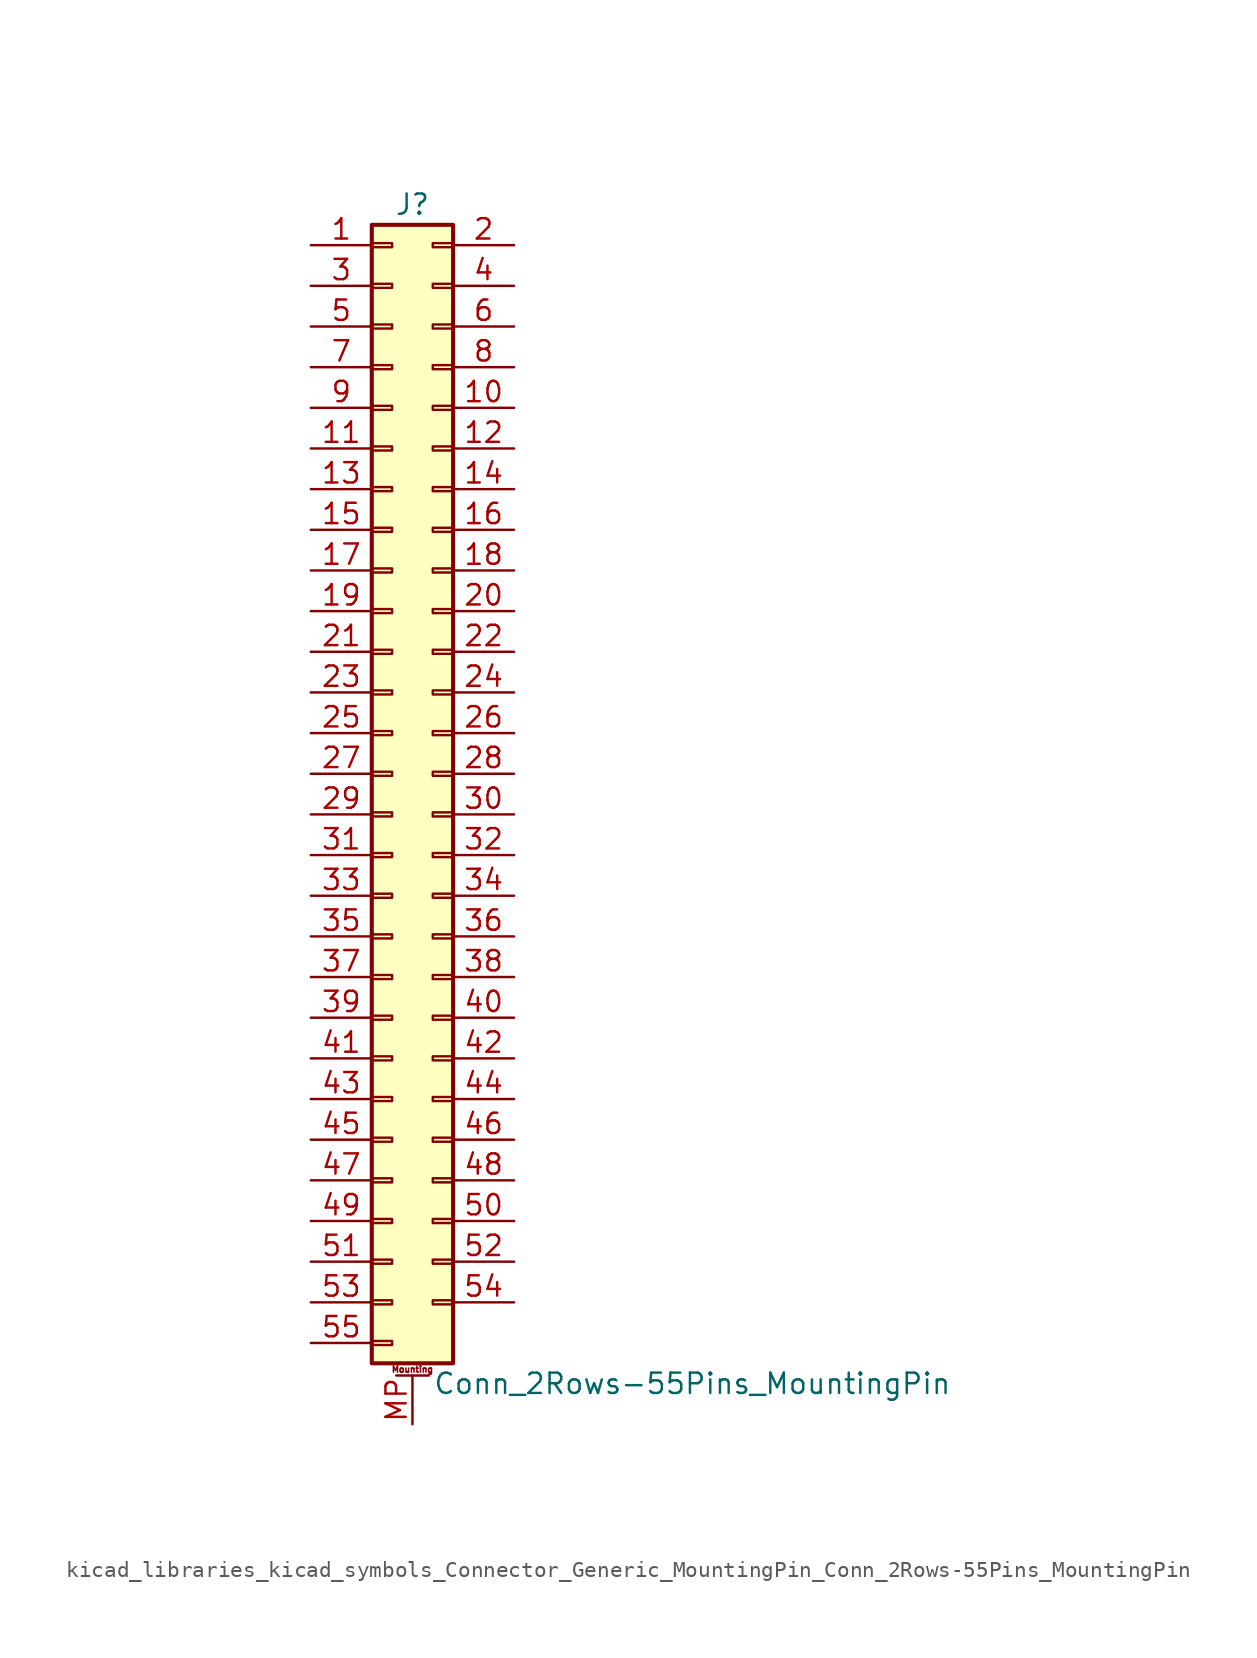
<source format=kicad_sym>
(kicad_symbol_lib
  (version 20220914)
  (generator kicad_symbol_editor)
  (symbol "kicad_libraries_kicad_symbols_Connector_Generic_MountingPin_Conn_2Rows-55Pins_MountingPin"
    (pin_names
      (offset 1.016) hide)
    (property "Reference" "J"
      (at 1.27 35.56 0)
      (effects (font (size 1.27 1.27))))
    (property "Value" "Conn_2Rows-55Pins_MountingPin"
      (at 2.54 -38.1 0)
      (effects (font (size 1.27 1.27)) (justify left)))
    (symbol "kicad_libraries_kicad_symbols_Connector_Generic_MountingPin_Conn_2Rows-55Pins_MountingPin_1_1"
      (rectangle (start -1.27 -35.433) (end 0 -35.687) (stroke (width 0.152) (type default)) (fill (type none)))
      (rectangle (start -1.27 -32.893) (end 0 -33.147) (stroke (width 0.152) (type default)) (fill (type none)))
      (rectangle (start -1.27 -30.353) (end 0 -30.607) (stroke (width 0.152) (type default)) (fill (type none)))
      (rectangle (start -1.27 -27.813) (end 0 -28.067) (stroke (width 0.152) (type default)) (fill (type none)))
      (rectangle (start -1.27 -25.273) (end 0 -25.527) (stroke (width 0.152) (type default)) (fill (type none)))
      (rectangle (start -1.27 -22.733) (end 0 -22.987) (stroke (width 0.152) (type default)) (fill (type none)))
      (rectangle (start -1.27 -20.193) (end 0 -20.447) (stroke (width 0.152) (type default)) (fill (type none)))
      (rectangle (start -1.27 -17.653) (end 0 -17.907) (stroke (width 0.152) (type default)) (fill (type none)))
      (rectangle (start -1.27 -15.113) (end 0 -15.367) (stroke (width 0.152) (type default)) (fill (type none)))
      (rectangle (start -1.27 -12.573) (end 0 -12.827) (stroke (width 0.152) (type default)) (fill (type none)))
      (rectangle (start -1.27 -10.033) (end 0 -10.287) (stroke (width 0.152) (type default)) (fill (type none)))
      (rectangle (start -1.27 -7.493) (end 0 -7.747) (stroke (width 0.152) (type default)) (fill (type none)))
      (rectangle (start -1.27 -4.953) (end 0 -5.207) (stroke (width 0.152) (type default)) (fill (type none)))
      (rectangle (start -1.27 -2.413) (end 0 -2.667) (stroke (width 0.152) (type default)) (fill (type none)))
      (rectangle (start -1.27 0.127) (end 0 -0.127) (stroke (width 0.152) (type default)) (fill (type none)))
      (rectangle (start -1.27 2.667) (end 0 2.413) (stroke (width 0.152) (type default)) (fill (type none)))
      (rectangle (start -1.27 5.207) (end 0 4.953) (stroke (width 0.152) (type default)) (fill (type none)))
      (rectangle (start -1.27 7.747) (end 0 7.493) (stroke (width 0.152) (type default)) (fill (type none)))
      (rectangle (start -1.27 10.287) (end 0 10.033) (stroke (width 0.152) (type default)) (fill (type none)))
      (rectangle (start -1.27 12.827) (end 0 12.573) (stroke (width 0.152) (type default)) (fill (type none)))
      (rectangle (start -1.27 15.367) (end 0 15.113) (stroke (width 0.152) (type default)) (fill (type none)))
      (rectangle (start -1.27 17.907) (end 0 17.653) (stroke (width 0.152) (type default)) (fill (type none)))
      (rectangle (start -1.27 20.447) (end 0 20.193) (stroke (width 0.152) (type default)) (fill (type none)))
      (rectangle (start -1.27 22.987) (end 0 22.733) (stroke (width 0.152) (type default)) (fill (type none)))
      (rectangle (start -1.27 25.527) (end 0 25.273) (stroke (width 0.152) (type default)) (fill (type none)))
      (rectangle (start -1.27 28.067) (end 0 27.813) (stroke (width 0.152) (type default)) (fill (type none)))
      (rectangle (start -1.27 30.607) (end 0 30.353) (stroke (width 0.152) (type default)) (fill (type none)))
      (rectangle (start -1.27 33.147) (end 0 32.893) (stroke (width 0.152) (type default)) (fill (type none)))
      (rectangle (start -1.27 34.29) (end 3.81 -36.83) (stroke (width 0.254) (type default)) (fill (type background)))
      (polyline (pts (xy 0.254 -37.592) (xy 2.286 -37.592)) (stroke (width 0.152) (type default)) (fill (type none)))
      (rectangle (start 3.81 -32.893) (end 2.54 -33.147) (stroke (width 0.152) (type default)) (fill (type none)))
      (rectangle (start 3.81 -30.353) (end 2.54 -30.607) (stroke (width 0.152) (type default)) (fill (type none)))
      (rectangle (start 3.81 -27.813) (end 2.54 -28.067) (stroke (width 0.152) (type default)) (fill (type none)))
      (rectangle (start 3.81 -25.273) (end 2.54 -25.527) (stroke (width 0.152) (type default)) (fill (type none)))
      (rectangle (start 3.81 -22.733) (end 2.54 -22.987) (stroke (width 0.152) (type default)) (fill (type none)))
      (rectangle (start 3.81 -20.193) (end 2.54 -20.447) (stroke (width 0.152) (type default)) (fill (type none)))
      (rectangle (start 3.81 -17.653) (end 2.54 -17.907) (stroke (width 0.152) (type default)) (fill (type none)))
      (rectangle (start 3.81 -15.113) (end 2.54 -15.367) (stroke (width 0.152) (type default)) (fill (type none)))
      (rectangle (start 3.81 -12.573) (end 2.54 -12.827) (stroke (width 0.152) (type default)) (fill (type none)))
      (rectangle (start 3.81 -10.033) (end 2.54 -10.287) (stroke (width 0.152) (type default)) (fill (type none)))
      (rectangle (start 3.81 -7.493) (end 2.54 -7.747) (stroke (width 0.152) (type default)) (fill (type none)))
      (rectangle (start 3.81 -4.953) (end 2.54 -5.207) (stroke (width 0.152) (type default)) (fill (type none)))
      (rectangle (start 3.81 -2.413) (end 2.54 -2.667) (stroke (width 0.152) (type default)) (fill (type none)))
      (rectangle (start 3.81 0.127) (end 2.54 -0.127) (stroke (width 0.152) (type default)) (fill (type none)))
      (rectangle (start 3.81 2.667) (end 2.54 2.413) (stroke (width 0.152) (type default)) (fill (type none)))
      (rectangle (start 3.81 5.207) (end 2.54 4.953) (stroke (width 0.152) (type default)) (fill (type none)))
      (rectangle (start 3.81 7.747) (end 2.54 7.493) (stroke (width 0.152) (type default)) (fill (type none)))
      (rectangle (start 3.81 10.287) (end 2.54 10.033) (stroke (width 0.152) (type default)) (fill (type none)))
      (rectangle (start 3.81 12.827) (end 2.54 12.573) (stroke (width 0.152) (type default)) (fill (type none)))
      (rectangle (start 3.81 15.367) (end 2.54 15.113) (stroke (width 0.152) (type default)) (fill (type none)))
      (rectangle (start 3.81 17.907) (end 2.54 17.653) (stroke (width 0.152) (type default)) (fill (type none)))
      (rectangle (start 3.81 20.447) (end 2.54 20.193) (stroke (width 0.152) (type default)) (fill (type none)))
      (rectangle (start 3.81 22.987) (end 2.54 22.733) (stroke (width 0.152) (type default)) (fill (type none)))
      (rectangle (start 3.81 25.527) (end 2.54 25.273) (stroke (width 0.152) (type default)) (fill (type none)))
      (rectangle (start 3.81 28.067) (end 2.54 27.813) (stroke (width 0.152) (type default)) (fill (type none)))
      (rectangle (start 3.81 30.607) (end 2.54 30.353) (stroke (width 0.152) (type default)) (fill (type none)))
      (rectangle (start 3.81 33.147) (end 2.54 32.893) (stroke (width 0.152) (type default)) (fill (type none)))
      (text "Mounting" (at 1.27 -37.211 0) (effects (font (size 0.381 0.381))))
      (pin passive line (at -5.08 33.02 0) (length 3.81) (name "Pin_1" (effects (font (size 1.27 1.27)))) (number "1" (effects (font (size 1.27 1.27)))))
      (pin passive line (at 7.62 22.86 180) (length 3.81) (name "Pin_10" (effects (font (size 1.27 1.27)))) (number "10" (effects (font (size 1.27 1.27)))))
      (pin passive line (at -5.08 20.32 0) (length 3.81) (name "Pin_11" (effects (font (size 1.27 1.27)))) (number "11" (effects (font (size 1.27 1.27)))))
      (pin passive line (at 7.62 20.32 180) (length 3.81) (name "Pin_12" (effects (font (size 1.27 1.27)))) (number "12" (effects (font (size 1.27 1.27)))))
      (pin passive line (at -5.08 17.78 0) (length 3.81) (name "Pin_13" (effects (font (size 1.27 1.27)))) (number "13" (effects (font (size 1.27 1.27)))))
      (pin passive line (at 7.62 17.78 180) (length 3.81) (name "Pin_14" (effects (font (size 1.27 1.27)))) (number "14" (effects (font (size 1.27 1.27)))))
      (pin passive line (at -5.08 15.24 0) (length 3.81) (name "Pin_15" (effects (font (size 1.27 1.27)))) (number "15" (effects (font (size 1.27 1.27)))))
      (pin passive line (at 7.62 15.24 180) (length 3.81) (name "Pin_16" (effects (font (size 1.27 1.27)))) (number "16" (effects (font (size 1.27 1.27)))))
      (pin passive line (at -5.08 12.7 0) (length 3.81) (name "Pin_17" (effects (font (size 1.27 1.27)))) (number "17" (effects (font (size 1.27 1.27)))))
      (pin passive line (at 7.62 12.7 180) (length 3.81) (name "Pin_18" (effects (font (size 1.27 1.27)))) (number "18" (effects (font (size 1.27 1.27)))))
      (pin passive line (at -5.08 10.16 0) (length 3.81) (name "Pin_19" (effects (font (size 1.27 1.27)))) (number "19" (effects (font (size 1.27 1.27)))))
      (pin passive line (at 7.62 33.02 180) (length 3.81) (name "Pin_2" (effects (font (size 1.27 1.27)))) (number "2" (effects (font (size 1.27 1.27)))))
      (pin passive line (at 7.62 10.16 180) (length 3.81) (name "Pin_20" (effects (font (size 1.27 1.27)))) (number "20" (effects (font (size 1.27 1.27)))))
      (pin passive line (at -5.08 7.62 0) (length 3.81) (name "Pin_21" (effects (font (size 1.27 1.27)))) (number "21" (effects (font (size 1.27 1.27)))))
      (pin passive line (at 7.62 7.62 180) (length 3.81) (name "Pin_22" (effects (font (size 1.27 1.27)))) (number "22" (effects (font (size 1.27 1.27)))))
      (pin passive line (at -5.08 5.08 0) (length 3.81) (name "Pin_23" (effects (font (size 1.27 1.27)))) (number "23" (effects (font (size 1.27 1.27)))))
      (pin passive line (at 7.62 5.08 180) (length 3.81) (name "Pin_24" (effects (font (size 1.27 1.27)))) (number "24" (effects (font (size 1.27 1.27)))))
      (pin passive line (at -5.08 2.54 0) (length 3.81) (name "Pin_25" (effects (font (size 1.27 1.27)))) (number "25" (effects (font (size 1.27 1.27)))))
      (pin passive line (at 7.62 2.54 180) (length 3.81) (name "Pin_26" (effects (font (size 1.27 1.27)))) (number "26" (effects (font (size 1.27 1.27)))))
      (pin passive line (at -5.08 0 0) (length 3.81) (name "Pin_27" (effects (font (size 1.27 1.27)))) (number "27" (effects (font (size 1.27 1.27)))))
      (pin passive line (at 7.62 0 180) (length 3.81) (name "Pin_28" (effects (font (size 1.27 1.27)))) (number "28" (effects (font (size 1.27 1.27)))))
      (pin passive line (at -5.08 -2.54 0) (length 3.81) (name "Pin_29" (effects (font (size 1.27 1.27)))) (number "29" (effects (font (size 1.27 1.27)))))
      (pin passive line (at -5.08 30.48 0) (length 3.81) (name "Pin_3" (effects (font (size 1.27 1.27)))) (number "3" (effects (font (size 1.27 1.27)))))
      (pin passive line (at 7.62 -2.54 180) (length 3.81) (name "Pin_30" (effects (font (size 1.27 1.27)))) (number "30" (effects (font (size 1.27 1.27)))))
      (pin passive line (at -5.08 -5.08 0) (length 3.81) (name "Pin_31" (effects (font (size 1.27 1.27)))) (number "31" (effects (font (size 1.27 1.27)))))
      (pin passive line (at 7.62 -5.08 180) (length 3.81) (name "Pin_32" (effects (font (size 1.27 1.27)))) (number "32" (effects (font (size 1.27 1.27)))))
      (pin passive line (at -5.08 -7.62 0) (length 3.81) (name "Pin_33" (effects (font (size 1.27 1.27)))) (number "33" (effects (font (size 1.27 1.27)))))
      (pin passive line (at 7.62 -7.62 180) (length 3.81) (name "Pin_34" (effects (font (size 1.27 1.27)))) (number "34" (effects (font (size 1.27 1.27)))))
      (pin passive line (at -5.08 -10.16 0) (length 3.81) (name "Pin_35" (effects (font (size 1.27 1.27)))) (number "35" (effects (font (size 1.27 1.27)))))
      (pin passive line (at 7.62 -10.16 180) (length 3.81) (name "Pin_36" (effects (font (size 1.27 1.27)))) (number "36" (effects (font (size 1.27 1.27)))))
      (pin passive line (at -5.08 -12.7 0) (length 3.81) (name "Pin_37" (effects (font (size 1.27 1.27)))) (number "37" (effects (font (size 1.27 1.27)))))
      (pin passive line (at 7.62 -12.7 180) (length 3.81) (name "Pin_38" (effects (font (size 1.27 1.27)))) (number "38" (effects (font (size 1.27 1.27)))))
      (pin passive line (at -5.08 -15.24 0) (length 3.81) (name "Pin_39" (effects (font (size 1.27 1.27)))) (number "39" (effects (font (size 1.27 1.27)))))
      (pin passive line (at 7.62 30.48 180) (length 3.81) (name "Pin_4" (effects (font (size 1.27 1.27)))) (number "4" (effects (font (size 1.27 1.27)))))
      (pin passive line (at 7.62 -15.24 180) (length 3.81) (name "Pin_40" (effects (font (size 1.27 1.27)))) (number "40" (effects (font (size 1.27 1.27)))))
      (pin passive line (at -5.08 -17.78 0) (length 3.81) (name "Pin_41" (effects (font (size 1.27 1.27)))) (number "41" (effects (font (size 1.27 1.27)))))
      (pin passive line (at 7.62 -17.78 180) (length 3.81) (name "Pin_42" (effects (font (size 1.27 1.27)))) (number "42" (effects (font (size 1.27 1.27)))))
      (pin passive line (at -5.08 -20.32 0) (length 3.81) (name "Pin_43" (effects (font (size 1.27 1.27)))) (number "43" (effects (font (size 1.27 1.27)))))
      (pin passive line (at 7.62 -20.32 180) (length 3.81) (name "Pin_44" (effects (font (size 1.27 1.27)))) (number "44" (effects (font (size 1.27 1.27)))))
      (pin passive line (at -5.08 -22.86 0) (length 3.81) (name "Pin_45" (effects (font (size 1.27 1.27)))) (number "45" (effects (font (size 1.27 1.27)))))
      (pin passive line (at 7.62 -22.86 180) (length 3.81) (name "Pin_46" (effects (font (size 1.27 1.27)))) (number "46" (effects (font (size 1.27 1.27)))))
      (pin passive line (at -5.08 -25.4 0) (length 3.81) (name "Pin_47" (effects (font (size 1.27 1.27)))) (number "47" (effects (font (size 1.27 1.27)))))
      (pin passive line (at 7.62 -25.4 180) (length 3.81) (name "Pin_48" (effects (font (size 1.27 1.27)))) (number "48" (effects (font (size 1.27 1.27)))))
      (pin passive line (at -5.08 -27.94 0) (length 3.81) (name "Pin_49" (effects (font (size 1.27 1.27)))) (number "49" (effects (font (size 1.27 1.27)))))
      (pin passive line (at -5.08 27.94 0) (length 3.81) (name "Pin_5" (effects (font (size 1.27 1.27)))) (number "5" (effects (font (size 1.27 1.27)))))
      (pin passive line (at 7.62 -27.94 180) (length 3.81) (name "Pin_50" (effects (font (size 1.27 1.27)))) (number "50" (effects (font (size 1.27 1.27)))))
      (pin passive line (at -5.08 -30.48 0) (length 3.81) (name "Pin_51" (effects (font (size 1.27 1.27)))) (number "51" (effects (font (size 1.27 1.27)))))
      (pin passive line (at 7.62 -30.48 180) (length 3.81) (name "Pin_52" (effects (font (size 1.27 1.27)))) (number "52" (effects (font (size 1.27 1.27)))))
      (pin passive line (at -5.08 -33.02 0) (length 3.81) (name "Pin_53" (effects (font (size 1.27 1.27)))) (number "53" (effects (font (size 1.27 1.27)))))
      (pin passive line (at 7.62 -33.02 180) (length 3.81) (name "Pin_54" (effects (font (size 1.27 1.27)))) (number "54" (effects (font (size 1.27 1.27)))))
      (pin passive line (at -5.08 -35.56 0) (length 3.81) (name "Pin_55" (effects (font (size 1.27 1.27)))) (number "55" (effects (font (size 1.27 1.27)))))
      (pin passive line (at 7.62 27.94 180) (length 3.81) (name "Pin_6" (effects (font (size 1.27 1.27)))) (number "6" (effects (font (size 1.27 1.27)))))
      (pin passive line (at -5.08 25.4 0) (length 3.81) (name "Pin_7" (effects (font (size 1.27 1.27)))) (number "7" (effects (font (size 1.27 1.27)))))
      (pin passive line (at 7.62 25.4 180) (length 3.81) (name "Pin_8" (effects (font (size 1.27 1.27)))) (number "8" (effects (font (size 1.27 1.27)))))
      (pin passive line (at -5.08 22.86 0) (length 3.81) (name "Pin_9" (effects (font (size 1.27 1.27)))) (number "9" (effects (font (size 1.27 1.27)))))
      (pin passive line (at 1.27 -40.64 90) (length 3.048) (name "MountPin" (effects (font (size 1.27 1.27)))) (number "MP" (effects (font (size 1.27 1.27))))))))
</source>
